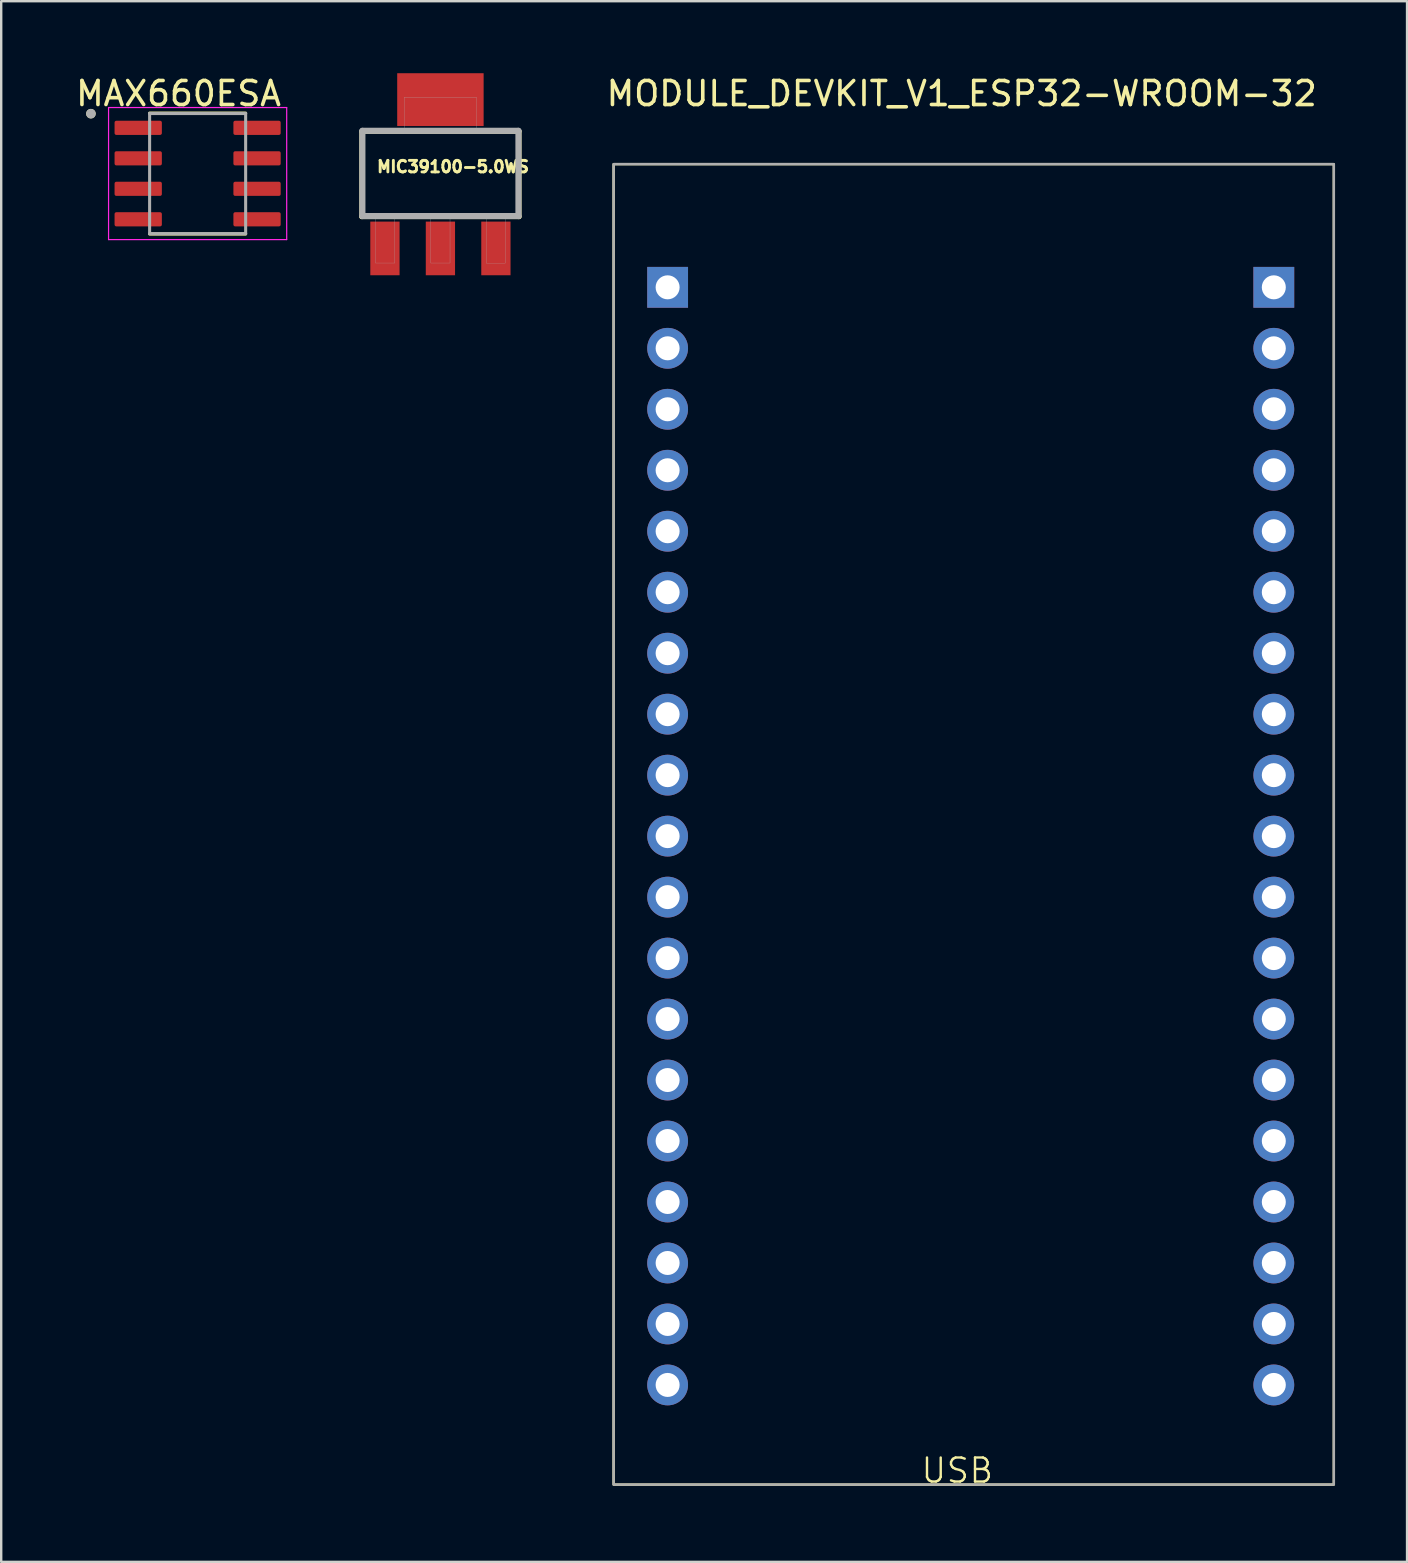
<source format=kicad_pcb>
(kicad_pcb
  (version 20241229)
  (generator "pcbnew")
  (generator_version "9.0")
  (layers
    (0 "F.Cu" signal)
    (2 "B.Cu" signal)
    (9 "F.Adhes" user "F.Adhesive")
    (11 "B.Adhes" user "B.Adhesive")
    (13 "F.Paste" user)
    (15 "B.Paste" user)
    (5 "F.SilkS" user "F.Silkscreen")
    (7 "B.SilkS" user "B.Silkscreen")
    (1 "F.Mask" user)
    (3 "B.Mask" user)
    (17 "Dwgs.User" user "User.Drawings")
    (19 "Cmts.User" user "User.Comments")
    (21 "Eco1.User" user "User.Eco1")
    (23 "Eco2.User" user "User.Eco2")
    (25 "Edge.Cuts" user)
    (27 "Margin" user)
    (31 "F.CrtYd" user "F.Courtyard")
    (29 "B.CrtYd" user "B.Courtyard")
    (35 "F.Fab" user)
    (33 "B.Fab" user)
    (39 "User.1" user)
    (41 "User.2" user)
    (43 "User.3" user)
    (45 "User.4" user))
  (footprint "MAX660ESA"
    (layer "F.Cu")
    (at 5.182 4.18)
    (property "Reference" "MAX660ESA" (at -0.795 -3.332 0) (layer "F.SilkS") (effects (font (size 1 1) (thickness 0.15))))
    (attr smd)
    (fp_line (start -2 -2.52) (end 2 -2.52) (stroke (width 0.127) (type solid)) (layer "F.SilkS"))
    (fp_line (start -2 2.52) (end 2 2.52) (stroke (width 0.127) (type solid)) (layer "F.SilkS"))
    (fp_circle (center -4.445 -2.495) (end -4.345 -2.495) (stroke (width 0.2) (type solid)) (fill no) (layer "F.SilkS"))
    (fp_line (start -3.71 -2.75) (end -3.71 2.75) (stroke (width 0.05) (type solid)) (layer "F.CrtYd"))
    (fp_line (start -3.71 -2.75) (end 3.71 -2.75) (stroke (width 0.05) (type solid)) (layer "F.CrtYd"))
    (fp_line (start -3.71 2.75) (end 3.71 2.75) (stroke (width 0.05) (type solid)) (layer "F.CrtYd"))
    (fp_line (start 3.71 -2.75) (end 3.71 2.75) (stroke (width 0.05) (type solid)) (layer "F.CrtYd"))
    (fp_line (start -2 -2.5) (end -2 2.5) (stroke (width 0.127) (type solid)) (layer "F.Fab"))
    (fp_line (start -2 -2.5) (end 2 -2.5) (stroke (width 0.127) (type solid)) (layer "F.Fab"))
    (fp_line (start -2 2.5) (end 2 2.5) (stroke (width 0.127) (type solid)) (layer "F.Fab"))
    (fp_line (start 2 -2.5) (end 2 2.5) (stroke (width 0.127) (type solid)) (layer "F.Fab"))
    (fp_circle (center -4.445 -2.495) (end -4.345 -2.495) (stroke (width 0.2) (type solid)) (fill no) (layer "F.Fab"))
    (pad "1" smd roundrect (at -2.475 -1.905) (size 1.97 0.59) (layers "F.Cu" "F.Mask" "F.Paste") (roundrect_rratio 0.125))
    (pad "2" smd roundrect (at -2.475 -0.635) (size 1.97 0.59) (layers "F.Cu" "F.Mask" "F.Paste") (roundrect_rratio 0.125))
    (pad "3" smd roundrect (at -2.475 0.635) (size 1.97 0.59) (layers "F.Cu" "F.Mask" "F.Paste") (roundrect_rratio 0.125))
    (pad "4" smd roundrect (at -2.475 1.905) (size 1.97 0.59) (layers "F.Cu" "F.Mask" "F.Paste") (roundrect_rratio 0.125))
    (pad "5" smd roundrect (at 2.475 1.905) (size 1.97 0.59) (layers "F.Cu" "F.Mask" "F.Paste") (roundrect_rratio 0.125))
    (pad "6" smd roundrect (at 2.475 0.635) (size 1.97 0.59) (layers "F.Cu" "F.Mask" "F.Paste") (roundrect_rratio 0.125))
    (pad "7" smd roundrect (at 2.475 -0.635) (size 1.97 0.59) (layers "F.Cu" "F.Mask" "F.Paste") (roundrect_rratio 0.125))
    (pad "8" smd roundrect (at 2.475 -1.905) (size 1.97 0.59) (layers "F.Cu" "F.Mask" "F.Paste") (roundrect_rratio 0.125)))
  (footprint "MODULE_DEVKIT_V1_ESP32-WROOM-32"
    (layer "F.Cu")
    (at 37.509 29.098)
    (property "Reference" "MODULE_DEVKIT_V1_ESP32-WROOM-32" (at -0.5 -28.25 0) (layer "F.SilkS") (effects (font (size 1 1) (thickness 0.15))))
    (attr through_hole)
    (fp_rect (start -15 -25.31) (end 15 29.69) (stroke (width 0.1) (type default)) (fill no) (layer "F.SilkS"))
    (fp_rect (start -15 -25.31) (end 15 29.69) (stroke (width 0.1) (type default)) (fill no) (layer "F.Fab"))
    (fp_text user "USB" (at -2.25 29.69 0) (unlocked yes) (layer "F.SilkS") (effects (font (size 1 1) (thickness 0.1)) (justify left bottom)))
    (pad "1" thru_hole rect (at -12.75 -20.18) (size 1.7 1.7) (drill 1) (layers "*.Cu" "*.Mask"))
    (pad "2" thru_hole oval (at -12.75 -17.64) (size 1.7 1.7) (drill 1) (layers "*.Cu" "*.Mask"))
    (pad "3" thru_hole oval (at -12.75 -15.1) (size 1.7 1.7) (drill 1) (layers "*.Cu" "*.Mask"))
    (pad "4" thru_hole oval (at -12.75 -12.56) (size 1.7 1.7) (drill 1) (layers "*.Cu" "*.Mask"))
    (pad "5" thru_hole oval (at -12.75 -10.02) (size 1.7 1.7) (drill 1) (layers "*.Cu" "*.Mask"))
    (pad "6" thru_hole oval (at -12.75 -7.48) (size 1.7 1.7) (drill 1) (layers "*.Cu" "*.Mask"))
    (pad "7" thru_hole oval (at -12.75 -4.94) (size 1.7 1.7) (drill 1) (layers "*.Cu" "*.Mask"))
    (pad "8" thru_hole oval (at -12.75 -2.4) (size 1.7 1.7) (drill 1) (layers "*.Cu" "*.Mask"))
    (pad "9" thru_hole oval (at -12.75 0.14) (size 1.7 1.7) (drill 1) (layers "*.Cu" "*.Mask"))
    (pad "10" thru_hole oval (at -12.75 2.68) (size 1.7 1.7) (drill 1) (layers "*.Cu" "*.Mask"))
    (pad "11" thru_hole oval (at -12.75 5.22) (size 1.7 1.7) (drill 1) (layers "*.Cu" "*.Mask"))
    (pad "12" thru_hole oval (at -12.75 7.76) (size 1.7 1.7) (drill 1) (layers "*.Cu" "*.Mask"))
    (pad "13" thru_hole oval (at -12.75 10.3) (size 1.7 1.7) (drill 1) (layers "*.Cu" "*.Mask"))
    (pad "14" thru_hole oval (at -12.75 12.84) (size 1.7 1.7) (drill 1) (layers "*.Cu" "*.Mask"))
    (pad "15" thru_hole oval (at -12.75 15.38) (size 1.7 1.7) (drill 1) (layers "*.Cu" "*.Mask"))
    (pad "16" thru_hole oval (at -12.75 17.92) (size 1.7 1.7) (drill 1) (layers "*.Cu" "*.Mask"))
    (pad "17" thru_hole oval (at -12.75 20.46) (size 1.7 1.7) (drill 1) (layers "*.Cu" "*.Mask"))
    (pad "18" thru_hole oval (at -12.75 23) (size 1.7 1.7) (drill 1) (layers "*.Cu" "*.Mask"))
    (pad "19" thru_hole oval (at -12.75 25.54) (size 1.7 1.7) (drill 1) (layers "*.Cu" "*.Mask"))
    (pad "20" thru_hole oval (at 12.5 25.54) (size 1.7 1.7) (drill 1) (layers "*.Cu" "*.Mask"))
    (pad "21" thru_hole oval (at 12.5 23) (size 1.7 1.7) (drill 1) (layers "*.Cu" "*.Mask"))
    (pad "22" thru_hole oval (at 12.5 20.46) (size 1.7 1.7) (drill 1) (layers "*.Cu" "*.Mask"))
    (pad "23" thru_hole oval (at 12.5 17.92) (size 1.7 1.7) (drill 1) (layers "*.Cu" "*.Mask"))
    (pad "24" thru_hole oval (at 12.5 15.38) (size 1.7 1.7) (drill 1) (layers "*.Cu" "*.Mask"))
    (pad "25" thru_hole oval (at 12.5 12.84) (size 1.7 1.7) (drill 1) (layers "*.Cu" "*.Mask"))
    (pad "26" thru_hole oval (at 12.5 10.3) (size 1.7 1.7) (drill 1) (layers "*.Cu" "*.Mask"))
    (pad "27" thru_hole oval (at 12.5 7.76) (size 1.7 1.7) (drill 1) (layers "*.Cu" "*.Mask"))
    (pad "28" thru_hole oval (at 12.5 5.22) (size 1.7 1.7) (drill 1) (layers "*.Cu" "*.Mask"))
    (pad "29" thru_hole oval (at 12.5 2.68) (size 1.7 1.7) (drill 1) (layers "*.Cu" "*.Mask"))
    (pad "30" thru_hole oval (at 12.5 0.14) (size 1.7 1.7) (drill 1) (layers "*.Cu" "*.Mask"))
    (pad "31" thru_hole oval (at 12.5 -2.4) (size 1.7 1.7) (drill 1) (layers "*.Cu" "*.Mask"))
    (pad "32" thru_hole oval (at 12.5 -4.94) (size 1.7 1.7) (drill 1) (layers "*.Cu" "*.Mask"))
    (pad "33" thru_hole oval (at 12.5 -7.48) (size 1.7 1.7) (drill 1) (layers "*.Cu" "*.Mask"))
    (pad "34" thru_hole oval (at 12.5 -10.02) (size 1.7 1.7) (drill 1) (layers "*.Cu" "*.Mask"))
    (pad "35" thru_hole oval (at 12.5 -12.56) (size 1.7 1.7) (drill 1) (layers "*.Cu" "*.Mask"))
    (pad "36" thru_hole oval (at 12.5 -15.1) (size 1.7 1.7) (drill 1) (layers "*.Cu" "*.Mask"))
    (pad "37" thru_hole oval (at 12.5 -17.64) (size 1.7 1.7) (drill 1) (layers "*.Cu" "*.Mask"))
    (pad "38" thru_hole rect (at 12.5 -20.18) (size 1.7 1.7) (drill 1) (layers "*.Cu" "*.Mask")))
  (footprint "MIC39100-5.0WS"
    (layer "F.Cu")
    (at 15.295 4.199)
    (property "Reference" "MIC39100-5.0WS" (at 0.525 -0.305 0) (layer "F.SilkS") (effects (font (size 0.481 0.481) (thickness 0.15))))
    (attr smd)
    (fp_line (start -3.277 -1.778) (end 3.277 -1.778) (stroke (width 0.203) (type solid)) (layer "F.SilkS"))
    (fp_line (start -3.277 1.778) (end -3.277 -1.778) (stroke (width 0.203) (type solid)) (layer "F.SilkS"))
    (fp_line (start 3.277 -1.778) (end 3.277 1.778) (stroke (width 0.203) (type solid)) (layer "F.SilkS"))
    (fp_line (start 3.277 1.778) (end -3.277 1.778) (stroke (width 0.203) (type solid)) (layer "F.SilkS"))
    (fp_line (start -3.25 -1.8) (end -3.25 1.75) (stroke (width 0.254) (type solid)) (layer "F.Fab"))
    (fp_line (start -3.25 1.75) (end 3.25 1.75) (stroke (width 0.254) (type solid)) (layer "F.Fab"))
    (fp_line (start -1.5 -1.8) (end -3.25 -1.8) (stroke (width 0.254) (type solid)) (layer "F.Fab"))
    (fp_line (start 3.25 -1.8) (end -1.45 -1.8) (stroke (width 0.254) (type solid)) (layer "F.Fab"))
    (fp_line (start 3.25 1.75) (end 3.25 -1.8) (stroke (width 0.254) (type solid)) (layer "F.Fab"))
    (fp_poly (pts (xy -2.705 1.8) (xy -1.9 1.8) (xy -1.9 3.707) (xy -2.705 3.707)) (stroke (width 0.01) (type solid)) (fill no) (layer "F.Fab"))
    (fp_poly (pts (xy -1.505 -3.2) (xy 1.5 -3.2) (xy 1.5 -1.806) (xy -1.505 -1.806)) (stroke (width 0.01) (type solid)) (fill no) (layer "F.Fab"))
    (fp_poly (pts (xy -0.401 1.8) (xy 0.4 1.8) (xy 0.4 3.707) (xy -0.401 3.707)) (stroke (width 0.01) (type solid)) (fill no) (layer "F.Fab"))
    (fp_poly (pts (xy 1.905 1.8) (xy 2.7 1.8) (xy 2.7 3.71) (xy 1.905 3.71)) (stroke (width 0.01) (type solid)) (fill no) (layer "F.Fab"))
    (pad "1" smd rect (at -2.311 3.099) (size 1.219 2.235) (layers "F.Cu" "F.Mask" "F.Paste"))
    (pad "2" smd rect (at 0 3.099) (size 1.219 2.235) (layers "F.Cu" "F.Mask" "F.Paste"))
    (pad "3" smd rect (at 2.311 3.099) (size 1.219 2.235) (layers "F.Cu" "F.Mask" "F.Paste"))
    (pad "TAB" smd rect (at 0 -3.099) (size 3.6 2.2) (layers "F.Cu" "F.Mask" "F.Paste")))
  (gr_rect
    (start -3 -3)
    (end 55.559 62.009)
    (stroke (width 0.1) (type default))
    (fill no)
    (layer "Edge.Cuts")))
</source>
